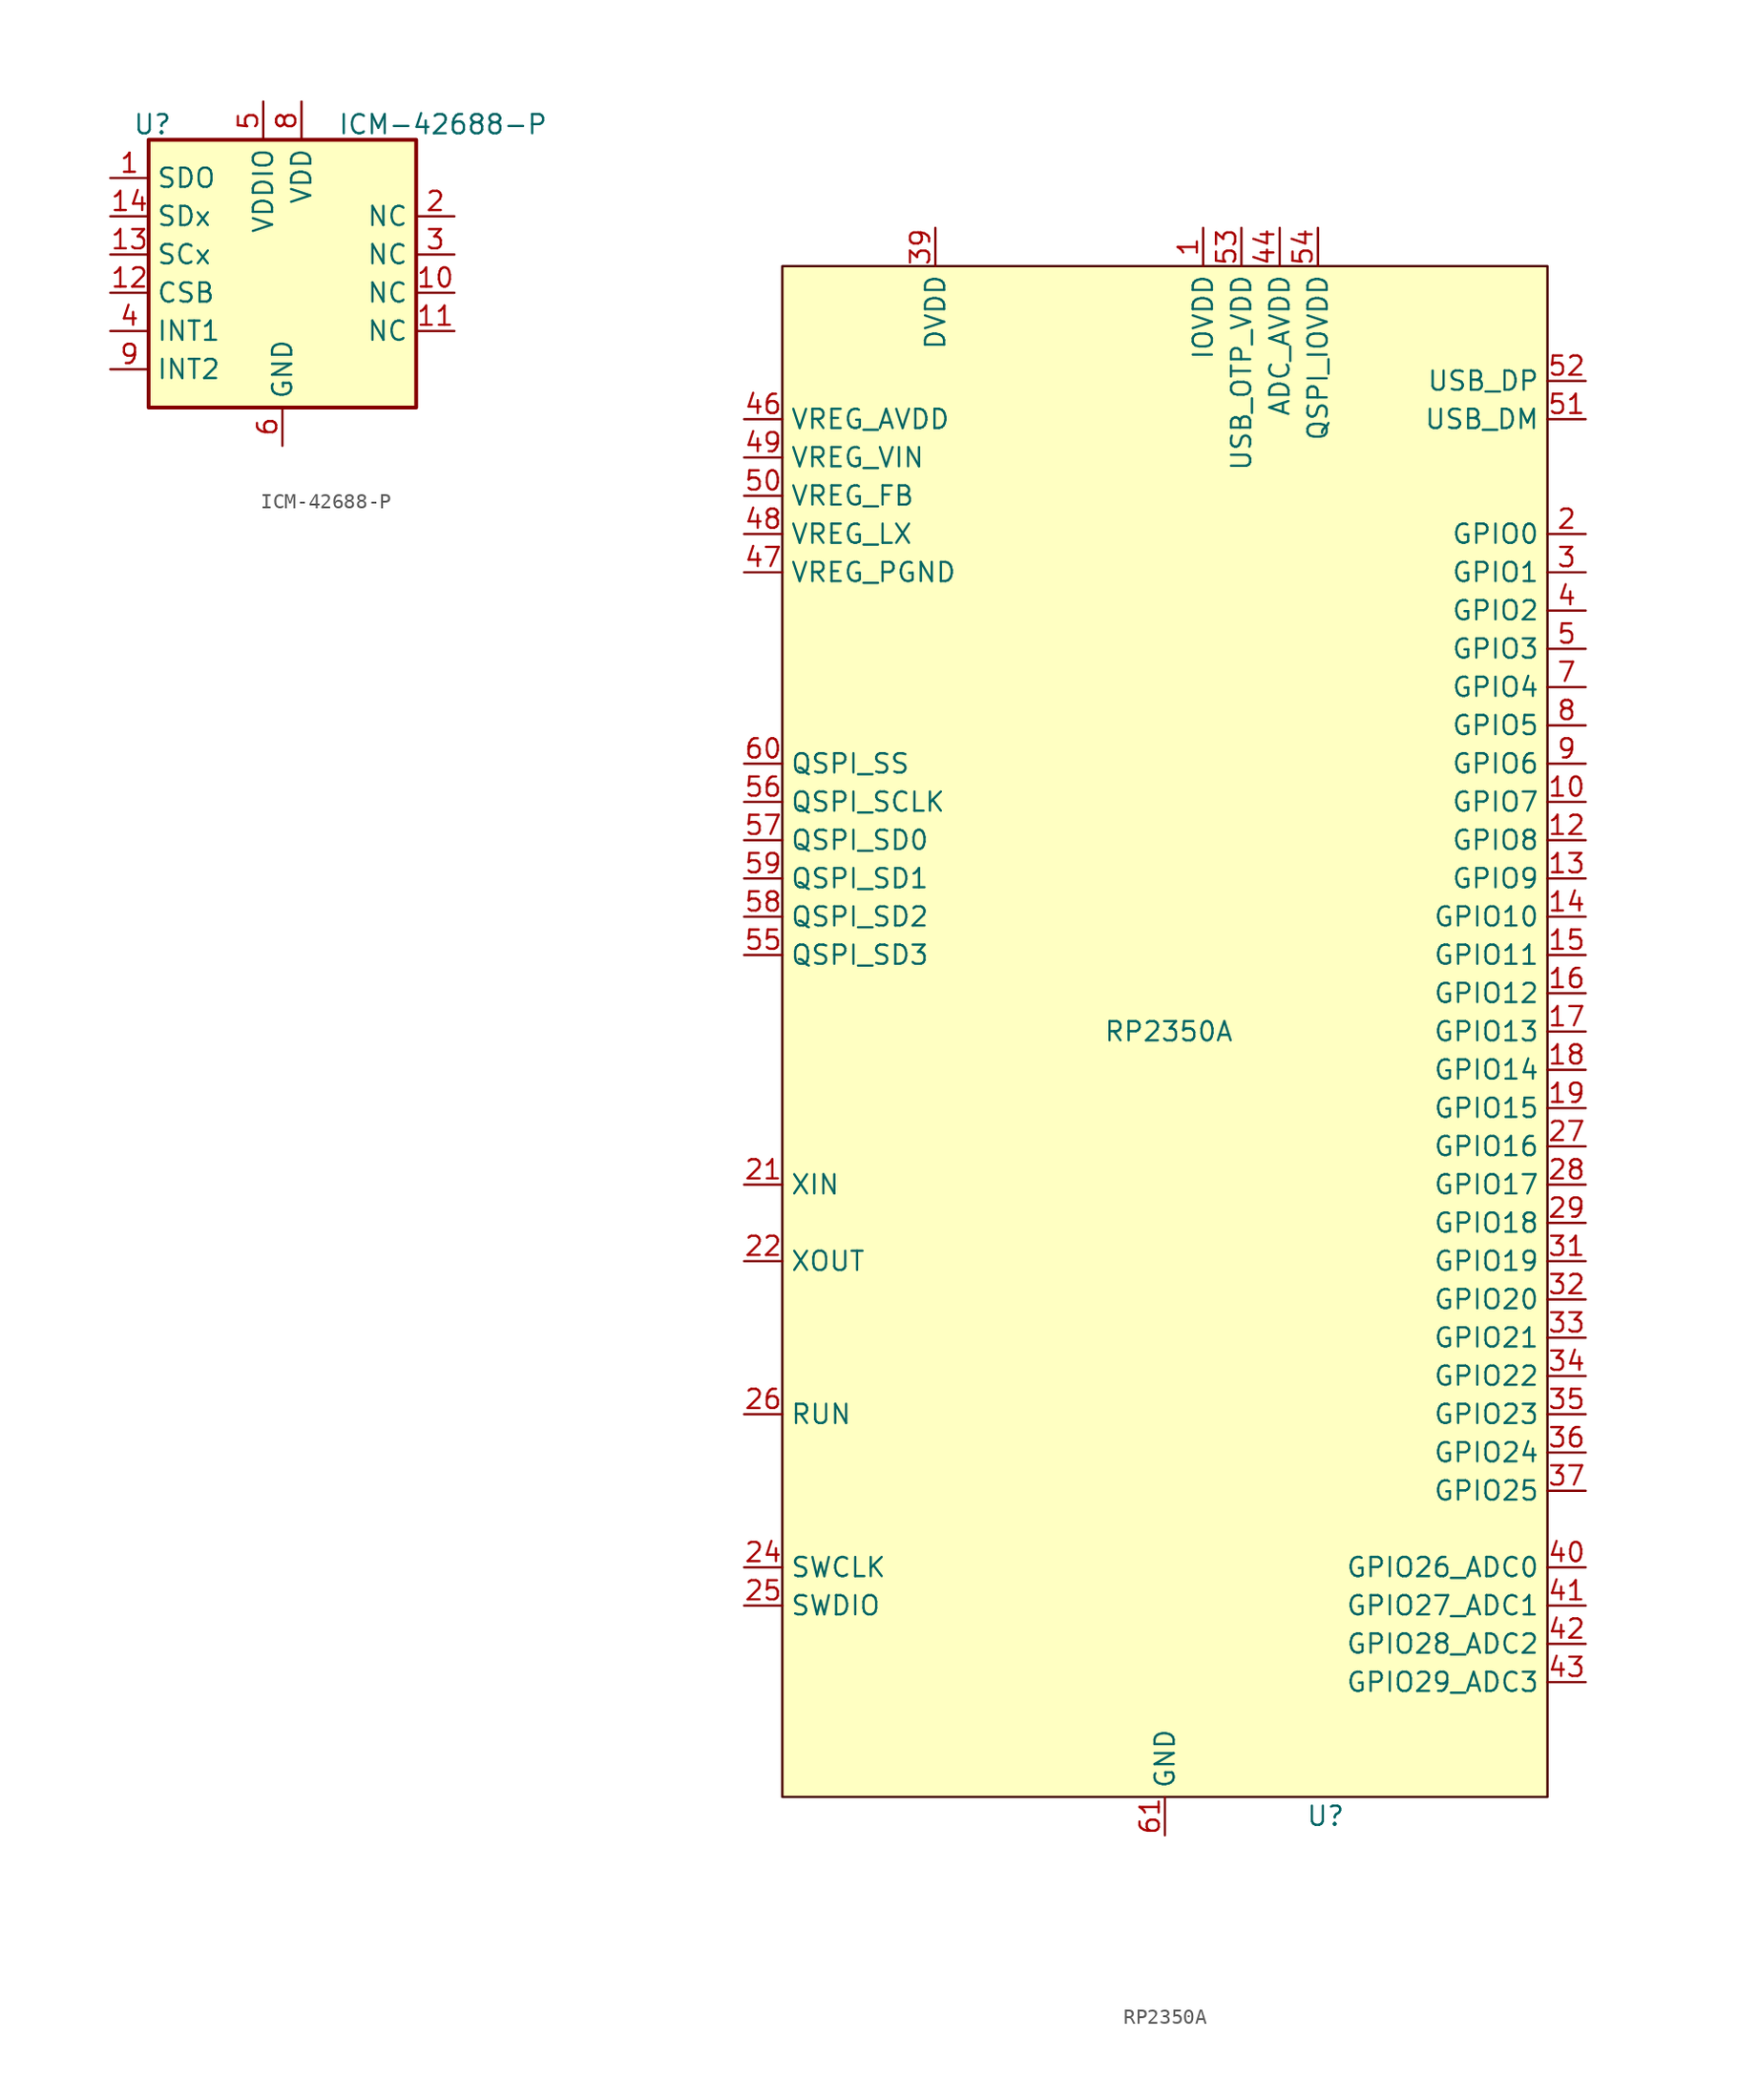
<source format=kicad_sym>
(kicad_symbol_lib
  (version 20241209)
  (generator "kicad_symbol_editor")
  (generator_version "9.0")
  (symbol "ICM-42688-P"
    (property "Reference" "U"
      (at -8.636 9.906 0)
      (effects (font (size 1.27 1.27))))
    (property "Value" "ICM-42688-P"
      (at 10.668 9.906 0)
      (effects (font (size 1.27 1.27))))
    (symbol "ICM-42688-P_1_1"
      (rectangle (start -8.89 8.89) (end 8.89 -8.89) (stroke (width 0.254) (type default)) (fill (type background)))
      (pin bidirectional line (at -11.43 6.35 0) (length 2.54) (name "SDO" (effects (font (size 1.27 1.27)))) (number "1" (effects (font (size 1.27 1.27)))))
      (pin bidirectional line (at -11.43 3.81 0) (length 2.54) (name "SDx" (effects (font (size 1.27 1.27)))) (number "14" (effects (font (size 1.27 1.27)))))
      (pin input line (at -11.43 1.27 0) (length 2.54) (name "SCx" (effects (font (size 1.27 1.27)))) (number "13" (effects (font (size 1.27 1.27)))))
      (pin input line (at -11.43 -1.27 0) (length 2.54) (name "CSB" (effects (font (size 1.27 1.27)))) (number "12" (effects (font (size 1.27 1.27)))))
      (pin bidirectional line (at -11.43 -3.81 0) (length 2.54) (name "INT1" (effects (font (size 1.27 1.27)))) (number "4" (effects (font (size 1.27 1.27)))))
      (pin bidirectional line (at -11.43 -6.35 0) (length 2.54) (name "INT2" (effects (font (size 1.27 1.27)))) (number "9" (effects (font (size 1.27 1.27)))))
      (pin power_in line (at -1.27 11.43 270) (length 2.54) (name "VDDIO" (effects (font (size 1.27 1.27)))) (number "5" (effects (font (size 1.27 1.27)))))
      (pin power_in line (at 0 -11.43 90) (length 2.54) (name "GND" (effects (font (size 1.27 1.27)))) (number "6" (effects (font (size 1.27 1.27)))))
      (pin power_in line (at 0 -11.43 90) (length 2.54) (hide yes) (name "RES" (effects (font (size 1.27 1.27)))) (number "7" (effects (font (size 1.27 1.27)))))
      (pin power_in line (at 1.27 11.43 270) (length 2.54) (name "VDD" (effects (font (size 1.27 1.27)))) (number "8" (effects (font (size 1.27 1.27)))))
      (pin free line (at 11.43 3.81 180) (length 2.54) (name "NC" (effects (font (size 1.27 1.27)))) (number "2" (effects (font (size 1.27 1.27)))))
      (pin free line (at 11.43 1.27 180) (length 2.54) (name "NC" (effects (font (size 1.27 1.27)))) (number "3" (effects (font (size 1.27 1.27)))))
      (pin free line (at 11.43 -1.27 180) (length 2.54) (name "NC" (effects (font (size 1.27 1.27)))) (number "10" (effects (font (size 1.27 1.27)))))
      (pin free line (at 11.43 -3.81 180) (length 2.54) (name "NC" (effects (font (size 1.27 1.27)))) (number "11" (effects (font (size 1.27 1.27)))))))
  (symbol "RP2350A"
    (property "Reference" "U"
      (at 10.668 -52.07 0)
      (effects (font (size 1.27 1.27))))
    (property "Value" "RP2350A"
      (at 0.254 0 0)
      (effects (font (size 1.27 1.27))))
    (symbol "RP2350A_1_1"
      (rectangle (start -25.4 50.8) (end 25.4 -50.8) (stroke (width 0) (type default) (color 72 0 0 1)) (fill (type background)))
      (pin power_in line (at -27.94 40.64 0) (length 2.54) (name "VREG_AVDD" (effects (font (size 1.27 1.27)))) (number "46" (effects (font (size 1.27 1.27)))))
      (pin power_in line (at -27.94 38.1 0) (length 2.54) (name "VREG_VIN" (effects (font (size 1.27 1.27)))) (number "49" (effects (font (size 1.27 1.27)))))
      (pin input line (at -27.94 35.56 0) (length 2.54) (name "VREG_FB" (effects (font (size 1.27 1.27)))) (number "50" (effects (font (size 1.27 1.27)))))
      (pin power_out line (at -27.94 33.02 0) (length 2.54) (name "VREG_LX" (effects (font (size 1.27 1.27)))) (number "48" (effects (font (size 1.27 1.27)))))
      (pin power_in line (at -27.94 30.48 0) (length 2.54) (name "VREG_PGND" (effects (font (size 1.27 1.27)))) (number "47" (effects (font (size 1.27 1.27)))))
      (pin bidirectional line (at -27.94 17.78 0) (length 2.54) (name "QSPI_SS" (effects (font (size 1.27 1.27)))) (number "60" (effects (font (size 1.27 1.27)))))
      (pin bidirectional line (at -27.94 15.24 0) (length 2.54) (name "QSPI_SCLK" (effects (font (size 1.27 1.27)))) (number "56" (effects (font (size 1.27 1.27)))))
      (pin bidirectional line (at -27.94 12.7 0) (length 2.54) (name "QSPI_SD0" (effects (font (size 1.27 1.27)))) (number "57" (effects (font (size 1.27 1.27)))))
      (pin bidirectional line (at -27.94 10.16 0) (length 2.54) (name "QSPI_SD1" (effects (font (size 1.27 1.27)))) (number "59" (effects (font (size 1.27 1.27)))))
      (pin bidirectional line (at -27.94 7.62 0) (length 2.54) (name "QSPI_SD2" (effects (font (size 1.27 1.27)))) (number "58" (effects (font (size 1.27 1.27)))))
      (pin bidirectional line (at -27.94 5.08 0) (length 2.54) (name "QSPI_SD3" (effects (font (size 1.27 1.27)))) (number "55" (effects (font (size 1.27 1.27)))))
      (pin input line (at -27.94 -10.16 0) (length 2.54) (name "XIN" (effects (font (size 1.27 1.27)))) (number "21" (effects (font (size 1.27 1.27)))))
      (pin output line (at -27.94 -15.24 0) (length 2.54) (name "XOUT" (effects (font (size 1.27 1.27)))) (number "22" (effects (font (size 1.27 1.27)))))
      (pin input line (at -27.94 -25.4 0) (length 2.54) (name "RUN" (effects (font (size 1.27 1.27)))) (number "26" (effects (font (size 1.27 1.27)))))
      (pin output line (at -27.94 -35.56 0) (length 2.54) (name "SWCLK" (effects (font (size 1.27 1.27)))) (number "24" (effects (font (size 1.27 1.27)))))
      (pin bidirectional line (at -27.94 -38.1 0) (length 2.54) (name "SWDIO" (effects (font (size 1.27 1.27)))) (number "25" (effects (font (size 1.27 1.27)))))
      (pin power_in line (at -15.24 53.34 270) (length 2.54) (hide yes) (name "DVDD" (effects (font (size 1.27 1.27)))) (number "23" (effects (font (size 1.27 1.27)))))
      (pin power_in line (at -15.24 53.34 270) (length 2.54) (name "DVDD" (effects (font (size 1.27 1.27)))) (number "39" (effects (font (size 1.27 1.27)))))
      (pin power_in line (at -15.24 53.34 270) (length 2.54) (hide yes) (name "DVDD" (effects (font (size 1.27 1.27)))) (number "6" (effects (font (size 1.27 1.27)))))
      (pin power_in line (at 0 -53.34 90) (length 2.54) (name "GND" (effects (font (size 1.27 1.27)))) (number "61" (effects (font (size 1.27 1.27)))))
      (pin power_in line (at 2.54 53.34 270) (length 2.54) (name "IOVDD" (effects (font (size 1.27 1.27)))) (number "1" (effects (font (size 1.27 1.27)))))
      (pin power_in line (at 2.54 53.34 270) (length 2.54) (hide yes) (name "IOVDD" (effects (font (size 1.27 1.27)))) (number "11" (effects (font (size 1.27 1.27)))))
      (pin power_in line (at 2.54 53.34 270) (length 2.54) (hide yes) (name "IOVDD" (effects (font (size 1.27 1.27)))) (number "20" (effects (font (size 1.27 1.27)))))
      (pin power_in line (at 2.54 53.34 270) (length 2.54) (hide yes) (name "IOVDD" (effects (font (size 1.27 1.27)))) (number "30" (effects (font (size 1.27 1.27)))))
      (pin power_in line (at 2.54 53.34 270) (length 2.54) (hide yes) (name "IOVDD" (effects (font (size 1.27 1.27)))) (number "38" (effects (font (size 1.27 1.27)))))
      (pin power_in line (at 2.54 53.34 270) (length 2.54) (hide yes) (name "IOVDD" (effects (font (size 1.27 1.27)))) (number "45" (effects (font (size 1.27 1.27)))))
      (pin power_in line (at 5.08 53.34 270) (length 2.54) (name "USB_OTP_VDD" (effects (font (size 1.27 1.27)))) (number "53" (effects (font (size 1.27 1.27)))))
      (pin power_in line (at 7.62 53.34 270) (length 2.54) (name "ADC_AVDD" (effects (font (size 1.27 1.27)))) (number "44" (effects (font (size 1.27 1.27)))))
      (pin power_in line (at 10.16 53.34 270) (length 2.54) (name "QSPI_IOVDD" (effects (font (size 1.27 1.27)))) (number "54" (effects (font (size 1.27 1.27)))))
      (pin bidirectional line (at 27.94 43.18 180) (length 2.54) (name "USB_DP" (effects (font (size 1.27 1.27)))) (number "52" (effects (font (size 1.27 1.27)))))
      (pin bidirectional line (at 27.94 40.64 180) (length 2.54) (name "USB_DM" (effects (font (size 1.27 1.27)))) (number "51" (effects (font (size 1.27 1.27)))))
      (pin bidirectional line (at 27.94 33.02 180) (length 2.54) (name "GPIO0" (effects (font (size 1.27 1.27)))) (number "2" (effects (font (size 1.27 1.27)))))
      (pin bidirectional line (at 27.94 30.48 180) (length 2.54) (name "GPIO1" (effects (font (size 1.27 1.27)))) (number "3" (effects (font (size 1.27 1.27)))))
      (pin bidirectional line (at 27.94 27.94 180) (length 2.54) (name "GPIO2" (effects (font (size 1.27 1.27)))) (number "4" (effects (font (size 1.27 1.27)))))
      (pin bidirectional line (at 27.94 25.4 180) (length 2.54) (name "GPIO3" (effects (font (size 1.27 1.27)))) (number "5" (effects (font (size 1.27 1.27)))))
      (pin bidirectional line (at 27.94 22.86 180) (length 2.54) (name "GPIO4" (effects (font (size 1.27 1.27)))) (number "7" (effects (font (size 1.27 1.27)))))
      (pin bidirectional line (at 27.94 20.32 180) (length 2.54) (name "GPIO5" (effects (font (size 1.27 1.27)))) (number "8" (effects (font (size 1.27 1.27)))))
      (pin bidirectional line (at 27.94 17.78 180) (length 2.54) (name "GPIO6" (effects (font (size 1.27 1.27)))) (number "9" (effects (font (size 1.27 1.27)))))
      (pin bidirectional line (at 27.94 15.24 180) (length 2.54) (name "GPIO7" (effects (font (size 1.27 1.27)))) (number "10" (effects (font (size 1.27 1.27)))))
      (pin bidirectional line (at 27.94 12.7 180) (length 2.54) (name "GPIO8" (effects (font (size 1.27 1.27)))) (number "12" (effects (font (size 1.27 1.27)))))
      (pin bidirectional line (at 27.94 10.16 180) (length 2.54) (name "GPIO9" (effects (font (size 1.27 1.27)))) (number "13" (effects (font (size 1.27 1.27)))))
      (pin bidirectional line (at 27.94 7.62 180) (length 2.54) (name "GPIO10" (effects (font (size 1.27 1.27)))) (number "14" (effects (font (size 1.27 1.27)))))
      (pin bidirectional line (at 27.94 5.08 180) (length 2.54) (name "GPIO11" (effects (font (size 1.27 1.27)))) (number "15" (effects (font (size 1.27 1.27)))))
      (pin bidirectional line (at 27.94 2.54 180) (length 2.54) (name "GPIO12" (effects (font (size 1.27 1.27)))) (number "16" (effects (font (size 1.27 1.27)))))
      (pin bidirectional line (at 27.94 0 180) (length 2.54) (name "GPIO13" (effects (font (size 1.27 1.27)))) (number "17" (effects (font (size 1.27 1.27)))))
      (pin bidirectional line (at 27.94 -2.54 180) (length 2.54) (name "GPIO14" (effects (font (size 1.27 1.27)))) (number "18" (effects (font (size 1.27 1.27)))))
      (pin bidirectional line (at 27.94 -5.08 180) (length 2.54) (name "GPIO15" (effects (font (size 1.27 1.27)))) (number "19" (effects (font (size 1.27 1.27)))))
      (pin bidirectional line (at 27.94 -7.62 180) (length 2.54) (name "GPIO16" (effects (font (size 1.27 1.27)))) (number "27" (effects (font (size 1.27 1.27)))))
      (pin bidirectional line (at 27.94 -10.16 180) (length 2.54) (name "GPIO17" (effects (font (size 1.27 1.27)))) (number "28" (effects (font (size 1.27 1.27)))))
      (pin bidirectional line (at 27.94 -12.7 180) (length 2.54) (name "GPIO18" (effects (font (size 1.27 1.27)))) (number "29" (effects (font (size 1.27 1.27)))))
      (pin bidirectional line (at 27.94 -15.24 180) (length 2.54) (name "GPIO19" (effects (font (size 1.27 1.27)))) (number "31" (effects (font (size 1.27 1.27)))))
      (pin bidirectional line (at 27.94 -17.78 180) (length 2.54) (name "GPIO20" (effects (font (size 1.27 1.27)))) (number "32" (effects (font (size 1.27 1.27)))))
      (pin bidirectional line (at 27.94 -20.32 180) (length 2.54) (name "GPIO21" (effects (font (size 1.27 1.27)))) (number "33" (effects (font (size 1.27 1.27)))))
      (pin bidirectional line (at 27.94 -22.86 180) (length 2.54) (name "GPIO22" (effects (font (size 1.27 1.27)))) (number "34" (effects (font (size 1.27 1.27)))))
      (pin bidirectional line (at 27.94 -25.4 180) (length 2.54) (name "GPIO23" (effects (font (size 1.27 1.27)))) (number "35" (effects (font (size 1.27 1.27)))))
      (pin bidirectional line (at 27.94 -27.94 180) (length 2.54) (name "GPIO24" (effects (font (size 1.27 1.27)))) (number "36" (effects (font (size 1.27 1.27)))))
      (pin bidirectional line (at 27.94 -30.48 180) (length 2.54) (name "GPIO25" (effects (font (size 1.27 1.27)))) (number "37" (effects (font (size 1.27 1.27)))))
      (pin bidirectional line (at 27.94 -35.56 180) (length 2.54) (name "GPIO26_ADC0" (effects (font (size 1.27 1.27)))) (number "40" (effects (font (size 1.27 1.27)))))
      (pin bidirectional line (at 27.94 -38.1 180) (length 2.54) (name "GPIO27_ADC1" (effects (font (size 1.27 1.27)))) (number "41" (effects (font (size 1.27 1.27)))))
      (pin bidirectional line (at 27.94 -40.64 180) (length 2.54) (name "GPIO28_ADC2" (effects (font (size 1.27 1.27)))) (number "42" (effects (font (size 1.27 1.27)))))
      (pin bidirectional line (at 27.94 -43.18 180) (length 2.54) (name "GPIO29_ADC3" (effects (font (size 1.27 1.27)))) (number "43" (effects (font (size 1.27 1.27))))))))
</source>
